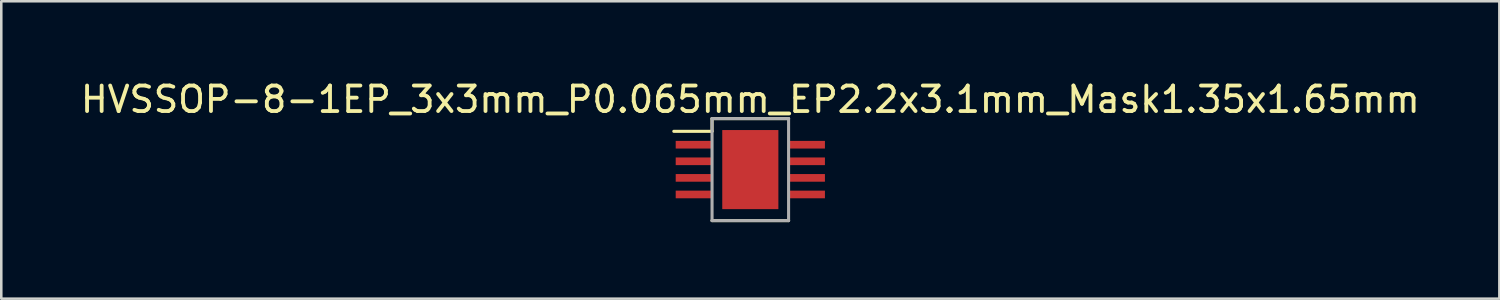
<source format=kicad_pcb>
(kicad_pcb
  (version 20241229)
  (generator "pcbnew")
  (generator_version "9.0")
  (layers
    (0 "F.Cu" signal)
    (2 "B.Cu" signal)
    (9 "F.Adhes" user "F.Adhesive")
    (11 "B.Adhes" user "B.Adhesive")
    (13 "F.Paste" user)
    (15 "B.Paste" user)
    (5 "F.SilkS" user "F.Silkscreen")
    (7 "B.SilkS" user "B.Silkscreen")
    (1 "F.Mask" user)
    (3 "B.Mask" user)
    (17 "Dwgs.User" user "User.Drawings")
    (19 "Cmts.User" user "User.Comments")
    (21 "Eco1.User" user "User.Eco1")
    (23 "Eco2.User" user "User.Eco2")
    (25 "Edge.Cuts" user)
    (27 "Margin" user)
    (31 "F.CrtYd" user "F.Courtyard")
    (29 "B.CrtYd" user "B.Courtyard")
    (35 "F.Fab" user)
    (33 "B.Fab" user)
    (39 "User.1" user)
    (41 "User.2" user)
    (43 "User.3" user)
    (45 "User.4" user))
  (footprint "HVSSOP-8-1EP_3x3mm_P0.065mm_EP2.2x3.1mm_Mask1.35x1.65mm"
    (layer "F.Cu")
    (at 26.363 3.598)
    (property "Reference" "HVSSOP-8-1EP_3x3mm_P0.065mm_EP2.2x3.1mm_Mask1.35x1.65mm" (at 0 -2.75 0) (layer "F.SilkS") (effects (font (size 1 1) (thickness 0.15))))
    (attr through_hole)
    (fp_line (start -1.5 -2) (end -1.5 -1.5) (stroke (width 0.12) (type solid)) (layer "F.SilkS"))
    (fp_line (start -1.5 -2) (end 1.5 -2) (stroke (width 0.12) (type solid)) (layer "F.SilkS"))
    (fp_line (start -1.5 -1.5) (end -3 -1.5) (stroke (width 0.12) (type solid)) (layer "F.SilkS"))
    (fp_line (start 1.5 2) (end -1.5 2) (stroke (width 0.12) (type solid)) (layer "F.SilkS"))
    (fp_line (start -1.5 -2) (end -1.5 2) (stroke (width 0.12) (type solid)) (layer "F.Fab"))
    (fp_line (start -1.5 2) (end 1.5 2) (stroke (width 0.12) (type solid)) (layer "F.Fab"))
    (fp_line (start 1.5 -2) (end -1.5 -2) (stroke (width 0.12) (type solid)) (layer "F.Fab"))
    (fp_line (start 1.5 -2) (end 1.5 2) (stroke (width 0.12) (type solid)) (layer "F.Fab"))
    (pad "1" smd rect (at -2.2 -0.975) (size 1.45 0.3) (layers "F.Cu" "F.Mask" "F.Paste"))
    (pad "2" smd rect (at -2.2 -0.325) (size 1.45 0.3) (layers "F.Cu" "F.Mask" "F.Paste"))
    (pad "3" smd rect (at -2.2 0.325) (size 1.45 0.3) (layers "F.Cu" "F.Mask" "F.Paste"))
    (pad "4" smd rect (at -2.2 0.975) (size 1.45 0.3) (layers "F.Cu" "F.Mask" "F.Paste"))
    (pad "5" smd rect (at 2.2 0.975) (size 1.45 0.3) (layers "F.Cu" "F.Mask" "F.Paste"))
    (pad "6" smd rect (at 2.2 0.325) (size 1.45 0.3) (layers "F.Cu" "F.Mask" "F.Paste"))
    (pad "7" smd rect (at 2.2 -0.325) (size 1.45 0.3) (layers "F.Cu" "F.Mask" "F.Paste"))
    (pad "8" smd rect (at 2.2 -0.975) (size 1.45 0.3) (layers "F.Cu" "F.Mask" "F.Paste"))
    (pad "9" smd rect (at 0 0) (size 2.2 3.1) (layers "F.Cu" "F.Mask" "F.Paste"))
    (pad "10" smd rect (at 0 0) (size 1.35 1.65) (layers "F.Cu" "F.Mask" "F.Paste")))
  (gr_rect
    (start -3 -3)
    (end 55.726 8.658)
    (stroke (width 0.1) (type default))
    (fill no)
    (layer "Edge.Cuts")))
</source>
